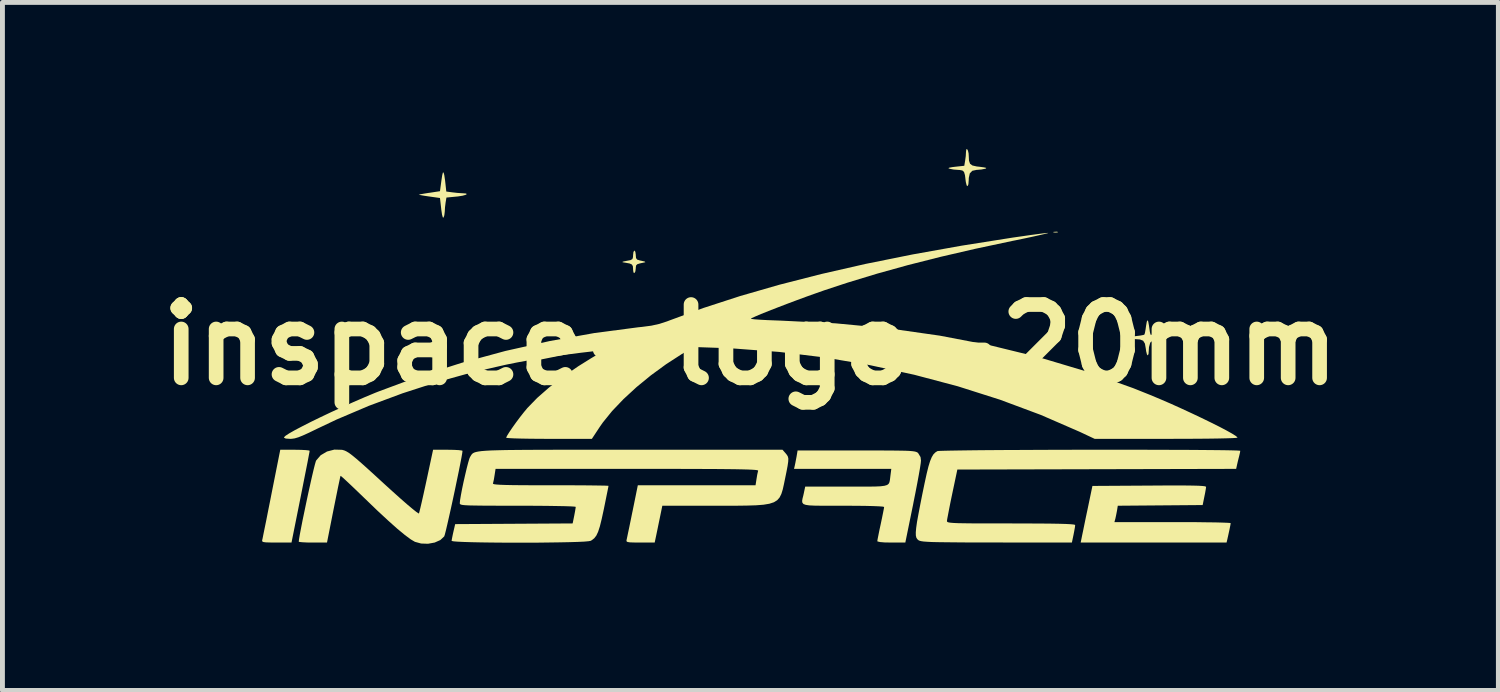
<source format=kicad_pcb>
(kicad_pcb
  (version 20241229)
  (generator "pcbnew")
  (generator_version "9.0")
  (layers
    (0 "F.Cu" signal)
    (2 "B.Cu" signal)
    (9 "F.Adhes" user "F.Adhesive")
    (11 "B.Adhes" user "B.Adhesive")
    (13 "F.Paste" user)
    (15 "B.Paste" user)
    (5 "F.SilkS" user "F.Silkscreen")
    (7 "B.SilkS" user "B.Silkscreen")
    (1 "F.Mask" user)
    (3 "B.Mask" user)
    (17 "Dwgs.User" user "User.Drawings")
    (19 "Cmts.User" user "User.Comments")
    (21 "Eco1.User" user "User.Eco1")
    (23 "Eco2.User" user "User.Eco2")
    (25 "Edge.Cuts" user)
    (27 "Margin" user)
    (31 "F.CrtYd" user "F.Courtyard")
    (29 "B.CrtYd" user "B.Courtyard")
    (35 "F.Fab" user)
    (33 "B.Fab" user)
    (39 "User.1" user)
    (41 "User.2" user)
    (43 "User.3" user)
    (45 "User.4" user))
  (footprint "inspace-logo-20mm"
    (layer "F.Cu")
    (at 12.3 4.001)
    (property "Reference" "inspace-logo-20mm" (at 0 0 0) (layer "F.SilkS") (effects (font (size 1.5 1.5) (thickness 0.3))))
    (attr board_only exclude_from_pos_files exclude_from_bom)
    (fp_poly (pts (xy 6.288 -2.307) (xy 6.289 -2.298) (xy 6.245 -2.294) (xy 6.238 -2.294) (xy 6.195 -2.298) (xy 6.199 -2.307) (xy 6.204 -2.308) (xy 6.265 -2.312)) (stroke (width 0) (type solid)) (fill yes) (layer "F.SilkS"))
    (fp_poly (pts (xy -9.194 2.151) (xy -9.096 2.156) (xy -9.033 2.163) (xy -9.016 2.17) (xy -9.021 2.202) (xy -9.036 2.281) (xy -9.059 2.403) (xy -9.09 2.559) (xy -9.127 2.745) (xy -9.168 2.953) (xy -9.201 3.119) (xy -9.387 4.047) (xy -9.693 4.047) (xy -9.827 4.046) (xy -9.915 4.043) (xy -9.964 4.036) (xy -9.986 4.023) (xy -9.988 4.003) (xy -9.987 3.998) (xy -9.978 3.96) (xy -9.961 3.874) (xy -9.935 3.746) (xy -9.902 3.585) (xy -9.865 3.396) (xy -9.823 3.187) (xy -9.796 3.049) (xy -9.617 2.149) (xy -9.316 2.149)) (stroke (width 0) (type solid)) (fill yes) (layer "F.SilkS"))
    (fp_poly (pts (xy -2.354 -1.901) (xy -2.345 -1.842) (xy -2.345 -1.832) (xy -2.34 -1.772) (xy -2.317 -1.741) (xy -2.26 -1.723) (xy -2.226 -1.716) (xy -2.162 -1.701) (xy -2.149 -1.688) (xy -2.163 -1.684) (xy -2.26 -1.663) (xy -2.314 -1.646) (xy -2.338 -1.622) (xy -2.344 -1.585) (xy -2.345 -1.564) (xy -2.353 -1.5) (xy -2.373 -1.465) (xy -2.392 -1.477) (xy -2.4 -1.534) (xy -2.4 -1.547) (xy -2.404 -1.604) (xy -2.423 -1.639) (xy -2.469 -1.661) (xy -2.555 -1.677) (xy -2.596 -1.683) (xy -2.623 -1.691) (xy -2.598 -1.702) (xy -2.533 -1.715) (xy -2.453 -1.73) (xy -2.414 -1.752) (xy -2.402 -1.79) (xy -2.4 -1.831) (xy -2.393 -1.895) (xy -2.376 -1.925) (xy -2.373 -1.926)) (stroke (width 0) (type solid)) (fill yes) (layer "F.SilkS"))
    (fp_poly (pts (xy -6.262 -3.469) (xy -6.246 -3.362) (xy -6.238 -3.29) (xy -6.221 -3.133) (xy -6.093 -3.116) (xy -5.995 -3.105) (xy -5.907 -3.099) (xy -5.886 -3.098) (xy -5.819 -3.093) (xy -5.801 -3.081) (xy -5.826 -3.065) (xy -5.887 -3.048) (xy -5.98 -3.033) (xy -6.012 -3.03) (xy -6.218 -3.01) (xy -6.235 -2.908) (xy -6.247 -2.812) (xy -6.252 -2.724) (xy -6.252 -2.721) (xy -6.261 -2.648) (xy -6.277 -2.6) (xy -6.292 -2.604) (xy -6.308 -2.661) (xy -6.324 -2.768) (xy -6.325 -2.781) (xy -6.35 -3.001) (xy -6.573 -3.032) (xy -6.674 -3.047) (xy -6.748 -3.06) (xy -6.782 -3.069) (xy -6.783 -3.07) (xy -6.75 -3.077) (xy -6.677 -3.09) (xy -6.578 -3.106) (xy -6.559 -3.108) (xy -6.35 -3.14) (xy -6.32 -3.363) (xy -6.304 -3.468) (xy -6.29 -3.522) (xy -6.276 -3.522)) (stroke (width 0) (type solid)) (fill yes) (layer "F.SilkS"))
    (fp_poly (pts (xy 8.137 -0.476) (xy 8.152 -0.396) (xy 8.16 -0.34) (xy 8.171 -0.263) (xy 8.183 -0.213) (xy 8.187 -0.205) (xy 8.22 -0.195) (xy 8.291 -0.184) (xy 8.359 -0.176) (xy 8.447 -0.16) (xy 8.481 -0.142) (xy 8.462 -0.125) (xy 8.393 -0.114) (xy 8.341 -0.112) (xy 8.241 -0.095) (xy 8.179 -0.043) (xy 8.153 0.05) (xy 8.15 0.1) (xy 8.144 0.186) (xy 8.13 0.219) (xy 8.112 0.201) (xy 8.095 0.134) (xy 8.088 0.081) (xy 8.07 -0.022) (xy 8.034 -0.081) (xy 7.969 -0.107) (xy 7.899 -0.112) (xy 7.806 -0.119) (xy 7.765 -0.134) (xy 7.777 -0.153) (xy 7.843 -0.17) (xy 7.886 -0.176) (xy 7.975 -0.187) (xy 8.038 -0.199) (xy 8.059 -0.207) (xy 8.07 -0.24) (xy 8.083 -0.312) (xy 8.093 -0.383) (xy 8.108 -0.47) (xy 8.122 -0.501)) (stroke (width 0) (type solid)) (fill yes) (layer "F.SilkS"))
    (fp_poly (pts (xy 4.45 -3.97) (xy 4.463 -3.913) (xy 4.466 -3.866) (xy 4.471 -3.764) (xy 4.493 -3.701) (xy 4.541 -3.666) (xy 4.629 -3.646) (xy 4.685 -3.64) (xy 4.779 -3.627) (xy 4.823 -3.617) (xy 4.82 -3.606) (xy 4.801 -3.599) (xy 4.724 -3.584) (xy 4.633 -3.576) (xy 4.627 -3.576) (xy 4.54 -3.558) (xy 4.488 -3.505) (xy 4.467 -3.411) (xy 4.466 -3.372) (xy 4.459 -3.282) (xy 4.443 -3.243) (xy 4.424 -3.257) (xy 4.407 -3.325) (xy 4.402 -3.361) (xy 4.389 -3.468) (xy 4.37 -3.532) (xy 4.337 -3.563) (xy 4.282 -3.574) (xy 4.248 -3.576) (xy 4.157 -3.583) (xy 4.078 -3.598) (xy 4.075 -3.599) (xy 4.049 -3.611) (xy 4.067 -3.621) (xy 4.132 -3.633) (xy 4.19 -3.64) (xy 4.375 -3.66) (xy 4.392 -3.763) (xy 4.405 -3.858) (xy 4.41 -3.947) (xy 4.41 -3.95) (xy 4.417 -3.998) (xy 4.432 -4.001)) (stroke (width 0) (type solid)) (fill yes) (layer "F.SilkS"))
    (fp_poly (pts (xy 8.897 2.88) (xy 9.051 2.882) (xy 9.166 2.885) (xy 9.246 2.89) (xy 9.295 2.896) (xy 9.318 2.904) (xy 9.321 2.91) (xy 9.315 2.954) (xy 9.301 3.034) (xy 9.285 3.112) (xy 9.251 3.28) (xy 8.383 3.287) (xy 7.515 3.294) (xy 7.498 3.399) (xy 7.481 3.486) (xy 7.465 3.56) (xy 7.463 3.566) (xy 7.446 3.629) (xy 8.636 3.629) (xy 8.887 3.629) (xy 9.121 3.63) (xy 9.33 3.633) (xy 9.51 3.635) (xy 9.655 3.639) (xy 9.758 3.643) (xy 9.815 3.647) (xy 9.824 3.65) (xy 9.818 3.69) (xy 9.801 3.775) (xy 9.775 3.895) (xy 9.755 3.984) (xy 9.74 4.047) (xy 8.248 4.047) (xy 6.756 4.047) (xy 6.774 3.958) (xy 6.785 3.903) (xy 6.806 3.803) (xy 6.833 3.67) (xy 6.865 3.515) (xy 6.894 3.379) (xy 6.996 2.889) (xy 8.159 2.882) (xy 8.455 2.88) (xy 8.7 2.88)) (stroke (width 0) (type solid)) (fill yes) (layer "F.SilkS"))
    (fp_poly (pts (xy 2.459 2.163) (xy 2.7 2.164) (xy 2.895 2.165) (xy 3.05 2.167) (xy 3.169 2.169) (xy 3.258 2.173) (xy 3.323 2.179) (xy 3.367 2.186) (xy 3.397 2.195) (xy 3.418 2.206) (xy 3.43 2.216) (xy 3.48 2.298) (xy 3.489 2.37) (xy 3.484 2.423) (xy 3.469 2.522) (xy 3.445 2.66) (xy 3.414 2.829) (xy 3.377 3.021) (xy 3.336 3.226) (xy 3.33 3.259) (xy 3.169 4.047) (xy 2.883 4.047) (xy 2.747 4.045) (xy 2.652 4.037) (xy 2.602 4.025) (xy 2.596 4.019) (xy 2.601 3.982) (xy 2.617 3.902) (xy 2.639 3.792) (xy 2.666 3.668) (xy 2.693 3.539) (xy 2.715 3.43) (xy 2.73 3.353) (xy 2.735 3.319) (xy 2.708 3.312) (xy 2.631 3.306) (xy 2.508 3.301) (xy 2.346 3.297) (xy 2.149 3.295) (xy 1.922 3.294) (xy 1.898 3.294) (xy 1.655 3.294) (xy 1.462 3.294) (xy 1.314 3.292) (xy 1.205 3.287) (xy 1.131 3.276) (xy 1.085 3.259) (xy 1.063 3.232) (xy 1.058 3.196) (xy 1.066 3.147) (xy 1.082 3.085) (xy 1.091 3.044) (xy 1.121 2.903) (xy 1.967 2.903) (xy 2.21 2.903) (xy 2.403 2.903) (xy 2.553 2.901) (xy 2.664 2.896) (xy 2.742 2.886) (xy 2.795 2.87) (xy 2.827 2.846) (xy 2.844 2.813) (xy 2.853 2.77) (xy 2.86 2.714) (xy 2.864 2.68) (xy 2.882 2.54) (xy 1.887 2.54) (xy 0.892 2.54) (xy 0.907 2.477) (xy 0.921 2.41) (xy 0.938 2.32) (xy 0.944 2.289) (xy 0.965 2.163) (xy 2.168 2.163)) (stroke (width 0) (type solid)) (fill yes) (layer "F.SilkS"))
    (fp_poly (pts (xy -8.355 2.15) (xy -8.338 2.154) (xy -8.301 2.165) (xy -8.259 2.185) (xy -8.207 2.217) (xy -8.141 2.267) (xy -8.057 2.336) (xy -7.949 2.43) (xy -7.813 2.552) (xy -7.644 2.706) (xy -7.507 2.832) (xy -7.323 2.999) (xy -7.16 3.145) (xy -7.022 3.266) (xy -6.911 3.359) (xy -6.832 3.422) (xy -6.788 3.451) (xy -6.78 3.452) (xy -6.77 3.416) (xy -6.75 3.334) (xy -6.722 3.214) (xy -6.688 3.063) (xy -6.65 2.89) (xy -6.627 2.784) (xy -6.491 2.149) (xy -6.19 2.149) (xy -6.068 2.151) (xy -5.97 2.156) (xy -5.907 2.164) (xy -5.889 2.171) (xy -5.895 2.219) (xy -5.911 2.311) (xy -5.936 2.44) (xy -5.967 2.597) (xy -6.004 2.774) (xy -6.043 2.963) (xy -6.084 3.155) (xy -6.125 3.343) (xy -6.164 3.517) (xy -6.199 3.671) (xy -6.228 3.795) (xy -6.25 3.881) (xy -6.263 3.921) (xy -6.264 3.922) (xy -6.343 3.996) (xy -6.458 4.047) (xy -6.595 4.072) (xy -6.736 4.067) (xy -6.863 4.032) (xy -6.948 3.982) (xy -7.069 3.892) (xy -7.224 3.764) (xy -7.411 3.597) (xy -7.63 3.394) (xy -7.877 3.156) (xy -7.905 3.129) (xy -8.038 3.001) (xy -8.157 2.887) (xy -8.256 2.794) (xy -8.331 2.725) (xy -8.374 2.688) (xy -8.384 2.682) (xy -8.392 2.712) (xy -8.408 2.788) (xy -8.433 2.905) (xy -8.463 3.053) (xy -8.498 3.226) (xy -8.527 3.37) (xy -8.661 4.047) (xy -8.95 4.047) (xy -9.069 4.046) (xy -9.165 4.041) (xy -9.224 4.035) (xy -9.239 4.03) (xy -9.233 3.978) (xy -9.217 3.883) (xy -9.192 3.752) (xy -9.161 3.593) (xy -9.124 3.416) (xy -9.085 3.229) (xy -9.045 3.041) (xy -9.005 2.86) (xy -8.968 2.695) (xy -8.935 2.555) (xy -8.908 2.448) (xy -8.889 2.383) (xy -8.883 2.369) (xy -8.79 2.261) (xy -8.661 2.185) (xy -8.511 2.146)) (stroke (width 0) (type solid)) (fill yes) (layer "F.SilkS"))
    (fp_poly (pts (xy 7.715 2.149) (xy 8.059 2.149) (xy 8.389 2.15) (xy 8.701 2.151) (xy 8.99 2.152) (xy 9.252 2.154) (xy 9.483 2.156) (xy 9.678 2.158) (xy 9.834 2.161) (xy 9.945 2.164) (xy 10.008 2.168) (xy 10.02 2.17) (xy 10.014 2.209) (xy 9.998 2.277) (xy 9.995 2.289) (xy 9.972 2.38) (xy 9.953 2.463) (xy 9.953 2.463) (xy 9.936 2.54) (xy 7.084 2.547) (xy 4.233 2.554) (xy 4.127 3.056) (xy 4.093 3.219) (xy 4.064 3.366) (xy 4.041 3.486) (xy 4.025 3.57) (xy 4.02 3.608) (xy 4.023 3.619) (xy 4.034 3.628) (xy 4.058 3.636) (xy 4.101 3.642) (xy 4.166 3.647) (xy 4.258 3.651) (xy 4.382 3.653) (xy 4.543 3.655) (xy 4.745 3.656) (xy 4.993 3.656) (xy 5.292 3.656) (xy 5.331 3.656) (xy 5.653 3.657) (xy 5.923 3.658) (xy 6.144 3.66) (xy 6.32 3.663) (xy 6.454 3.667) (xy 6.549 3.672) (xy 6.61 3.678) (xy 6.639 3.685) (xy 6.643 3.69) (xy 6.638 3.734) (xy 6.624 3.813) (xy 6.61 3.885) (xy 6.576 4.047) (xy 5.04 4.046) (xy 4.703 4.045) (xy 4.418 4.045) (xy 4.181 4.043) (xy 3.986 4.041) (xy 3.829 4.039) (xy 3.705 4.036) (xy 3.612 4.031) (xy 3.543 4.026) (xy 3.495 4.019) (xy 3.463 4.011) (xy 3.442 4.002) (xy 3.44 4.001) (xy 3.413 3.977) (xy 3.394 3.946) (xy 3.384 3.902) (xy 3.383 3.837) (xy 3.391 3.747) (xy 3.408 3.625) (xy 3.437 3.466) (xy 3.476 3.262) (xy 3.516 3.06) (xy 3.565 2.824) (xy 3.606 2.636) (xy 3.642 2.49) (xy 3.676 2.381) (xy 3.709 2.301) (xy 3.743 2.244) (xy 3.781 2.205) (xy 3.824 2.177) (xy 3.858 2.173) (xy 3.943 2.17) (xy 4.075 2.167) (xy 4.249 2.164) (xy 4.461 2.161) (xy 4.706 2.158) (xy 4.981 2.156) (xy 5.281 2.154) (xy 5.601 2.153) (xy 5.938 2.151) (xy 6.287 2.15) (xy 6.643 2.149) (xy 7.003 2.149) (xy 7.362 2.149)) (stroke (width 0) (type solid)) (fill yes) (layer "F.SilkS"))
    (fp_poly (pts (xy 6.082 -2.281) (xy 6.023 -2.266) (xy 5.922 -2.243) (xy 5.785 -2.212) (xy 5.617 -2.176) (xy 5.425 -2.136) (xy 5.359 -2.123) (xy 4.602 -1.962) (xy 3.893 -1.798) (xy 3.225 -1.629) (xy 2.591 -1.453) (xy 1.983 -1.268) (xy 1.521 -1.116) (xy 1.345 -1.054) (xy 1.151 -0.985) (xy 0.948 -0.91) (xy 0.745 -0.834) (xy 0.55 -0.759) (xy 0.371 -0.689) (xy 0.218 -0.628) (xy 0.099 -0.577) (xy 0.021 -0.541) (xy 0.01 -0.535) (xy 0.023 -0.527) (xy 0.087 -0.519) (xy 0.196 -0.511) (xy 0.345 -0.503) (xy 0.528 -0.496) (xy 0.633 -0.492) (xy 1.742 -0.437) (xy 2.822 -0.335) (xy 3.874 -0.185) (xy 4.899 0.011) (xy 5.899 0.256) (xy 6.875 0.548) (xy 7.828 0.888) (xy 8.178 1.028) (xy 8.381 1.113) (xy 8.594 1.205) (xy 8.811 1.303) (xy 9.025 1.402) (xy 9.232 1.5) (xy 9.425 1.594) (xy 9.597 1.68) (xy 9.743 1.757) (xy 9.857 1.821) (xy 9.933 1.869) (xy 9.964 1.898) (xy 9.965 1.9) (xy 9.937 1.906) (xy 9.858 1.911) (xy 9.731 1.915) (xy 9.559 1.919) (xy 9.348 1.922) (xy 9.099 1.924) (xy 8.818 1.925) (xy 8.509 1.926) (xy 8.503 1.926) (xy 7.042 1.926) (xy 6.738 1.783) (xy 5.942 1.437) (xy 5.108 1.126) (xy 4.243 0.851) (xy 3.352 0.615) (xy 2.442 0.418) (xy 1.519 0.261) (xy 0.591 0.148) (xy -0.338 0.078) (xy -0.645 0.065) (xy -1.164 0.047) (xy -1.401 0.19) (xy -1.724 0.399) (xy -2.036 0.627) (xy -2.329 0.867) (xy -2.596 1.113) (xy -2.829 1.357) (xy -3.02 1.593) (xy -3.082 1.682) (xy -3.243 1.926) (xy -4.12 1.926) (xy -4.334 1.925) (xy -4.53 1.923) (xy -4.7 1.92) (xy -4.838 1.916) (xy -4.936 1.911) (xy -4.989 1.906) (xy -4.996 1.903) (xy -4.98 1.866) (xy -4.936 1.795) (xy -4.872 1.7) (xy -4.795 1.592) (xy -4.712 1.481) (xy -4.631 1.378) (xy -4.562 1.295) (xy -4.362 1.089) (xy -4.117 0.874) (xy -3.834 0.656) (xy -3.521 0.441) (xy -3.265 0.281) (xy -2.973 0.107) (xy -3.112 0.123) (xy -3.463 0.164) (xy -3.769 0.203) (xy -4.042 0.241) (xy -4.292 0.279) (xy -4.532 0.319) (xy -4.772 0.363) (xy -4.996 0.408) (xy -5.698 0.568) (xy -6.408 0.765) (xy -7.115 0.994) (xy -7.804 1.25) (xy -8.461 1.529) (xy -8.862 1.719) (xy -9.027 1.799) (xy -9.152 1.856) (xy -9.247 1.894) (xy -9.321 1.916) (xy -9.384 1.925) (xy -9.416 1.926) (xy -9.505 1.92) (xy -9.54 1.902) (xy -9.54 1.893) (xy -9.508 1.862) (xy -9.431 1.812) (xy -9.315 1.746) (xy -9.164 1.667) (xy -8.987 1.577) (xy -8.788 1.48) (xy -8.573 1.378) (xy -8.348 1.275) (xy -8.119 1.173) (xy -7.893 1.075) (xy -7.675 0.984) (xy -7.614 0.96) (xy -6.778 0.649) (xy -5.907 0.371) (xy -5.012 0.128) (xy -4.104 -0.075) (xy -3.195 -0.238) (xy -2.297 -0.356) (xy -2.219 -0.364) (xy -2.028 -0.389) (xy -1.865 -0.425) (xy -1.705 -0.477) (xy -1.661 -0.494) (xy -0.962 -0.751) (xy -0.211 -0.995) (xy 0.594 -1.227) (xy 1.451 -1.446) (xy 2.358 -1.653) (xy 3.316 -1.846) (xy 4.323 -2.026) (xy 5.366 -2.191) (xy 5.555 -2.218) (xy 5.728 -2.243) (xy 5.877 -2.263) (xy 5.994 -2.278) (xy 6.069 -2.286) (xy 6.091 -2.287)) (stroke (width 0) (type solid)) (fill yes) (layer "F.SilkS"))
    (fp_poly (pts (xy 0.719 2.22) (xy 0.748 2.256) (xy 0.767 2.29) (xy 0.776 2.332) (xy 0.773 2.393) (xy 0.76 2.482) (xy 0.736 2.608) (xy 0.713 2.72) (xy 0.686 2.852) (xy 0.661 2.963) (xy 0.633 3.053) (xy 0.597 3.125) (xy 0.548 3.181) (xy 0.48 3.223) (xy 0.389 3.253) (xy 0.269 3.273) (xy 0.116 3.285) (xy -0.075 3.291) (xy -0.31 3.294) (xy -0.594 3.294) (xy -0.726 3.294) (xy -1.802 3.294) (xy -1.852 3.538) (xy -1.879 3.668) (xy -1.905 3.795) (xy -1.926 3.896) (xy -1.93 3.915) (xy -1.958 4.047) (xy -2.252 4.047) (xy -2.384 4.046) (xy -2.468 4.043) (xy -2.515 4.035) (xy -2.534 4.021) (xy -2.535 4) (xy -2.534 3.998) (xy -2.525 3.957) (xy -2.507 3.87) (xy -2.481 3.747) (xy -2.45 3.597) (xy -2.416 3.429) (xy -2.412 3.412) (xy -2.303 2.875) (xy -1.099 2.875) (xy 0.105 2.875) (xy 0.125 2.746) (xy 0.139 2.66) (xy 0.154 2.594) (xy 0.159 2.578) (xy 0.154 2.572) (xy 0.134 2.566) (xy 0.094 2.561) (xy 0.033 2.557) (xy -0.054 2.553) (xy -0.169 2.55) (xy -0.316 2.547) (xy -0.496 2.545) (xy -0.714 2.543) (xy -0.972 2.542) (xy -1.274 2.541) (xy -1.622 2.54) (xy -2.019 2.54) (xy -2.469 2.54) (xy -2.52 2.54) (xy -5.213 2.54) (xy -5.233 2.669) (xy -5.247 2.755) (xy -5.262 2.821) (xy -5.267 2.837) (xy -5.263 2.846) (xy -5.241 2.854) (xy -5.195 2.86) (xy -5.122 2.865) (xy -5.017 2.869) (xy -4.876 2.872) (xy -4.694 2.874) (xy -4.466 2.875) (xy -4.188 2.875) (xy -4.092 2.875) (xy -3.841 2.875) (xy -3.607 2.876) (xy -3.397 2.877) (xy -3.217 2.879) (xy -3.073 2.881) (xy -2.969 2.883) (xy -2.912 2.886) (xy -2.903 2.887) (xy -2.908 2.917) (xy -2.923 2.993) (xy -2.946 3.105) (xy -2.974 3.244) (xy -2.999 3.367) (xy -3.042 3.565) (xy -3.079 3.715) (xy -3.115 3.826) (xy -3.152 3.905) (xy -3.195 3.96) (xy -3.245 3.999) (xy -3.268 4.012) (xy -3.311 4.02) (xy -3.402 4.028) (xy -3.533 4.034) (xy -3.699 4.039) (xy -3.894 4.043) (xy -4.11 4.046) (xy -4.342 4.049) (xy -4.582 4.05) (xy -4.826 4.05) (xy -5.066 4.049) (xy -5.296 4.047) (xy -5.51 4.044) (xy -5.701 4.04) (xy -5.863 4.035) (xy -5.99 4.029) (xy -6.074 4.022) (xy -6.111 4.014) (xy -6.112 4.012) (xy -6.105 3.967) (xy -6.089 3.888) (xy -6.075 3.824) (xy -6.039 3.67) (xy -4.837 3.663) (xy -3.636 3.656) (xy -3.604 3.498) (xy -3.587 3.408) (xy -3.576 3.341) (xy -3.573 3.317) (xy -3.6 3.312) (xy -3.677 3.307) (xy -3.798 3.303) (xy -3.958 3.3) (xy -4.151 3.297) (xy -4.371 3.295) (xy -4.613 3.294) (xy -4.759 3.294) (xy -5.047 3.294) (xy -5.285 3.293) (xy -5.476 3.292) (xy -5.627 3.29) (xy -5.741 3.288) (xy -5.825 3.284) (xy -5.882 3.279) (xy -5.917 3.272) (xy -5.936 3.263) (xy -5.944 3.252) (xy -5.945 3.242) (xy -5.939 3.179) (xy -5.922 3.078) (xy -5.898 2.95) (xy -5.868 2.808) (xy -5.835 2.663) (xy -5.803 2.527) (xy -5.773 2.412) (xy -5.749 2.331) (xy -5.735 2.298) (xy -5.721 2.275) (xy -5.709 2.255) (xy -5.695 2.237) (xy -5.677 2.221) (xy -5.651 2.207) (xy -5.614 2.195) (xy -5.564 2.185) (xy -5.497 2.176) (xy -5.409 2.169) (xy -5.299 2.163) (xy -5.163 2.159) (xy -4.997 2.155) (xy -4.799 2.153) (xy -4.565 2.151) (xy -4.293 2.15) (xy -3.98 2.149) (xy -3.622 2.149) (xy -3.216 2.149) (xy -2.759 2.149) (xy -2.454 2.149) (xy 0.656 2.148)) (stroke (width 0) (type solid)) (fill yes) (layer "F.SilkS")))
  (gr_rect
    (start -3 -3)
    (end 27.6 11.073)
    (stroke (width 0.1) (type default))
    (fill no)
    (layer "Edge.Cuts")))
</source>
